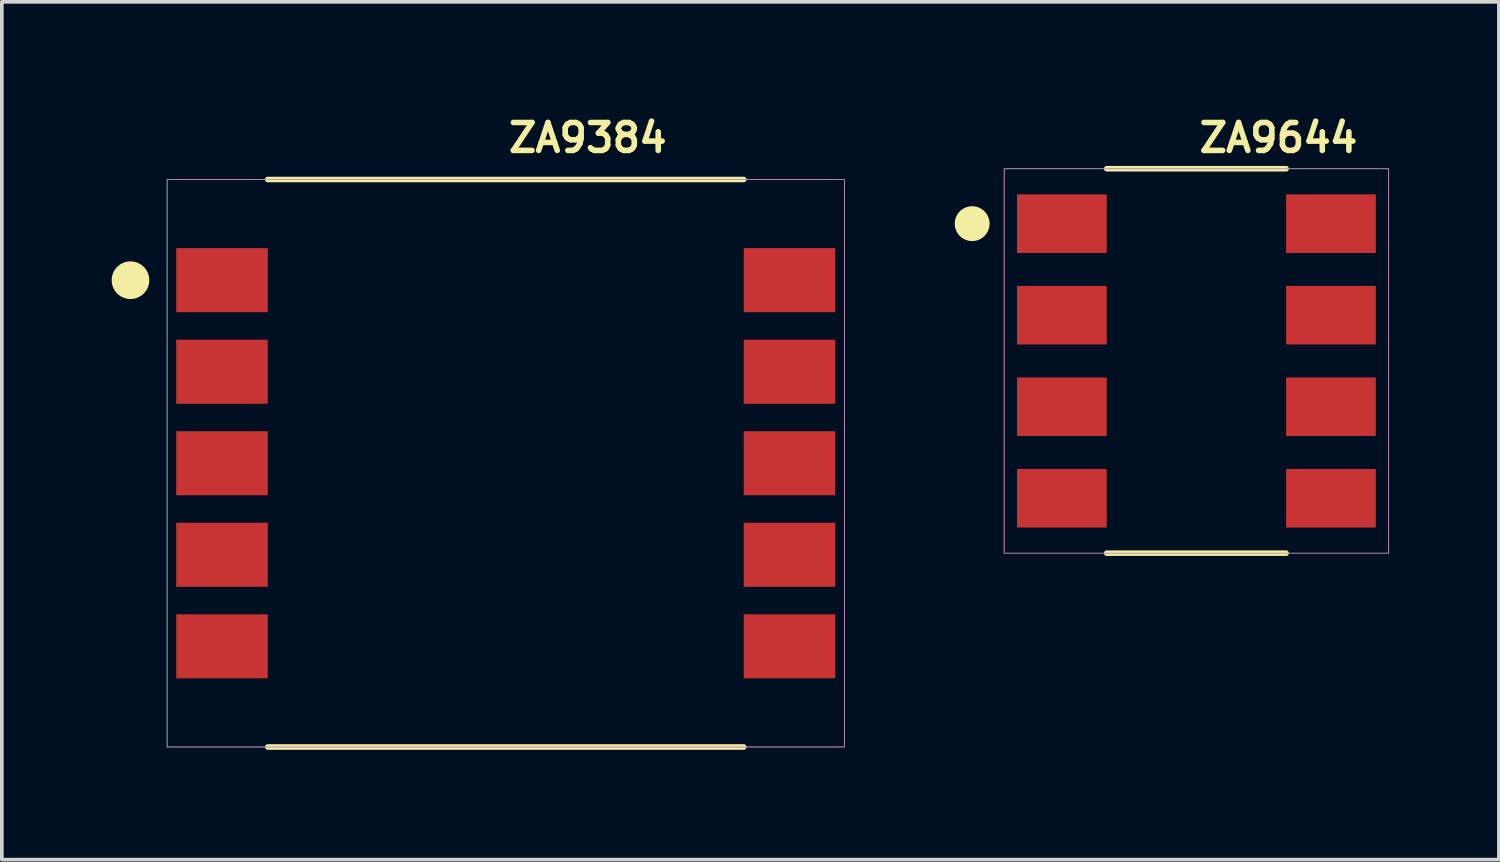
<source format=kicad_pcb>
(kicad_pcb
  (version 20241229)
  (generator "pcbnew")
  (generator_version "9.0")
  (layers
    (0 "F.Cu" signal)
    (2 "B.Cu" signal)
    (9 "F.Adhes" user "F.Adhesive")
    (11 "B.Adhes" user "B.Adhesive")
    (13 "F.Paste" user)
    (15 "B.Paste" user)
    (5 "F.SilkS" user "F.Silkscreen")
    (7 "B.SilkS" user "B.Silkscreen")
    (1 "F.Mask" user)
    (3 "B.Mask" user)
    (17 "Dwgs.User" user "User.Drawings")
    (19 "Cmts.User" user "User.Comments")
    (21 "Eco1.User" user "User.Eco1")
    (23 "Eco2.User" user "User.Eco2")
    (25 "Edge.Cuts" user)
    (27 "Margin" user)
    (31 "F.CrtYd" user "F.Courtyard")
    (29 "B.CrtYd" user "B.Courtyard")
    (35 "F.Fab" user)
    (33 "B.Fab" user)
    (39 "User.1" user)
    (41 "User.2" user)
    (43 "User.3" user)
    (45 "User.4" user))
  (footprint "ZA9384"
    (layer "F.Cu")
    (at 10.764 9.603)
    (property "Reference" "ZA9384" (at 0 -8.89 0) (unlocked yes) (layer "F.SilkS") (effects (font (size 0.762 0.762) (thickness 0.152)) (justify left)))
    (attr smd)
    (fp_line (start 6.5 -7.75) (end -6.5 -7.75) (stroke (width 0.152) (type solid)) (layer "F.SilkS"))
    (fp_line (start 6.5 7.75) (end -6.5 7.75) (stroke (width 0.152) (type solid)) (layer "F.SilkS"))
    (fp_circle (center -10.25 -5) (end -10.688 -5) (stroke (width 0.152) (type solid)) (fill yes) (layer "F.SilkS"))
    (fp_rect (start -9.25 -7.75) (end 9.25 7.75) (stroke (width 0.006) (type default)) (fill no) (layer "F.CrtYd"))
    (fp_rect (start -9.25 -7.75) (end 9.25 7.75) (stroke (width 0.025) (type default)) (fill no) (layer "F.Fab"))
    (pad "1" smd rect (at -7.75 -5) (size 2.5 1.75) (layers "F.Cu" "F.Mask" "F.Paste"))
    (pad "2" smd rect (at -7.75 -2.5) (size 2.5 1.75) (layers "F.Cu" "F.Mask" "F.Paste"))
    (pad "3" smd rect (at -7.75 0) (size 2.5 1.75) (layers "F.Cu" "F.Mask" "F.Paste"))
    (pad "4" smd rect (at -7.75 2.5) (size 2.5 1.75) (layers "F.Cu" "F.Mask" "F.Paste"))
    (pad "5" smd rect (at -7.75 5) (size 2.5 1.75) (layers "F.Cu" "F.Mask" "F.Paste"))
    (pad "6" smd rect (at 7.75 5) (size 2.5 1.75) (layers "F.Cu" "F.Mask" "F.Paste"))
    (pad "7" smd rect (at 7.75 2.5) (size 2.5 1.75) (layers "F.Cu" "F.Mask" "F.Paste"))
    (pad "8" smd rect (at 7.75 0) (size 2.5 1.75) (layers "F.Cu" "F.Mask" "F.Paste"))
    (pad "9" smd rect (at 7.75 -2.5) (size 2.5 1.75) (layers "F.Cu" "F.Mask" "F.Paste"))
    (pad "10" smd rect (at 7.75 -5) (size 2.5 1.75) (layers "F.Cu" "F.Mask" "F.Paste")))
  (footprint "ZA9644"
    (layer "F.Cu")
    (at 29.628 6.809)
    (property "Reference" "ZA9644" (at 0 -6.096 0) (unlocked yes) (layer "F.SilkS") (effects (font (size 0.762 0.762) (thickness 0.152)) (justify left)))
    (attr smd)
    (fp_line (start 2.45 -5.25) (end -2.45 -5.25) (stroke (width 0.152) (type solid)) (layer "F.SilkS"))
    (fp_line (start 2.45 5.25) (end -2.45 5.25) (stroke (width 0.152) (type solid)) (layer "F.SilkS"))
    (fp_circle (center -6.125 -3.75) (end -6.525 -3.75) (stroke (width 0.152) (type solid)) (fill yes) (layer "F.SilkS"))
    (fp_rect (start -5.25 -5.25) (end 5.25 5.25) (stroke (width 0.006) (type default)) (fill no) (layer "F.CrtYd"))
    (fp_rect (start -5.25 -5.25) (end 5.25 5.25) (stroke (width 0.025) (type default)) (fill no) (layer "F.Fab"))
    (pad "1" smd rect (at -3.675 -3.75) (size 2.45 1.6) (layers "F.Cu" "F.Mask" "F.Paste"))
    (pad "2" smd rect (at -3.675 -1.25) (size 2.45 1.6) (layers "F.Cu" "F.Mask" "F.Paste"))
    (pad "3" smd rect (at -3.675 1.25) (size 2.45 1.6) (layers "F.Cu" "F.Mask" "F.Paste"))
    (pad "4" smd rect (at -3.675 3.75) (size 2.45 1.6) (layers "F.Cu" "F.Mask" "F.Paste"))
    (pad "5" smd rect (at 3.675 3.75) (size 2.45 1.6) (layers "F.Cu" "F.Mask" "F.Paste"))
    (pad "6" smd rect (at 3.675 1.25) (size 2.45 1.6) (layers "F.Cu" "F.Mask" "F.Paste"))
    (pad "7" smd rect (at 3.675 -1.25) (size 2.45 1.6) (layers "F.Cu" "F.Mask" "F.Paste"))
    (pad "8" smd rect (at 3.675 -3.75) (size 2.45 1.6) (layers "F.Cu" "F.Mask" "F.Paste")))
  (gr_rect
    (start -3 -3)
    (end 37.89 20.429)
    (stroke (width 0.1) (type default))
    (fill no)
    (layer "Edge.Cuts")))
</source>
